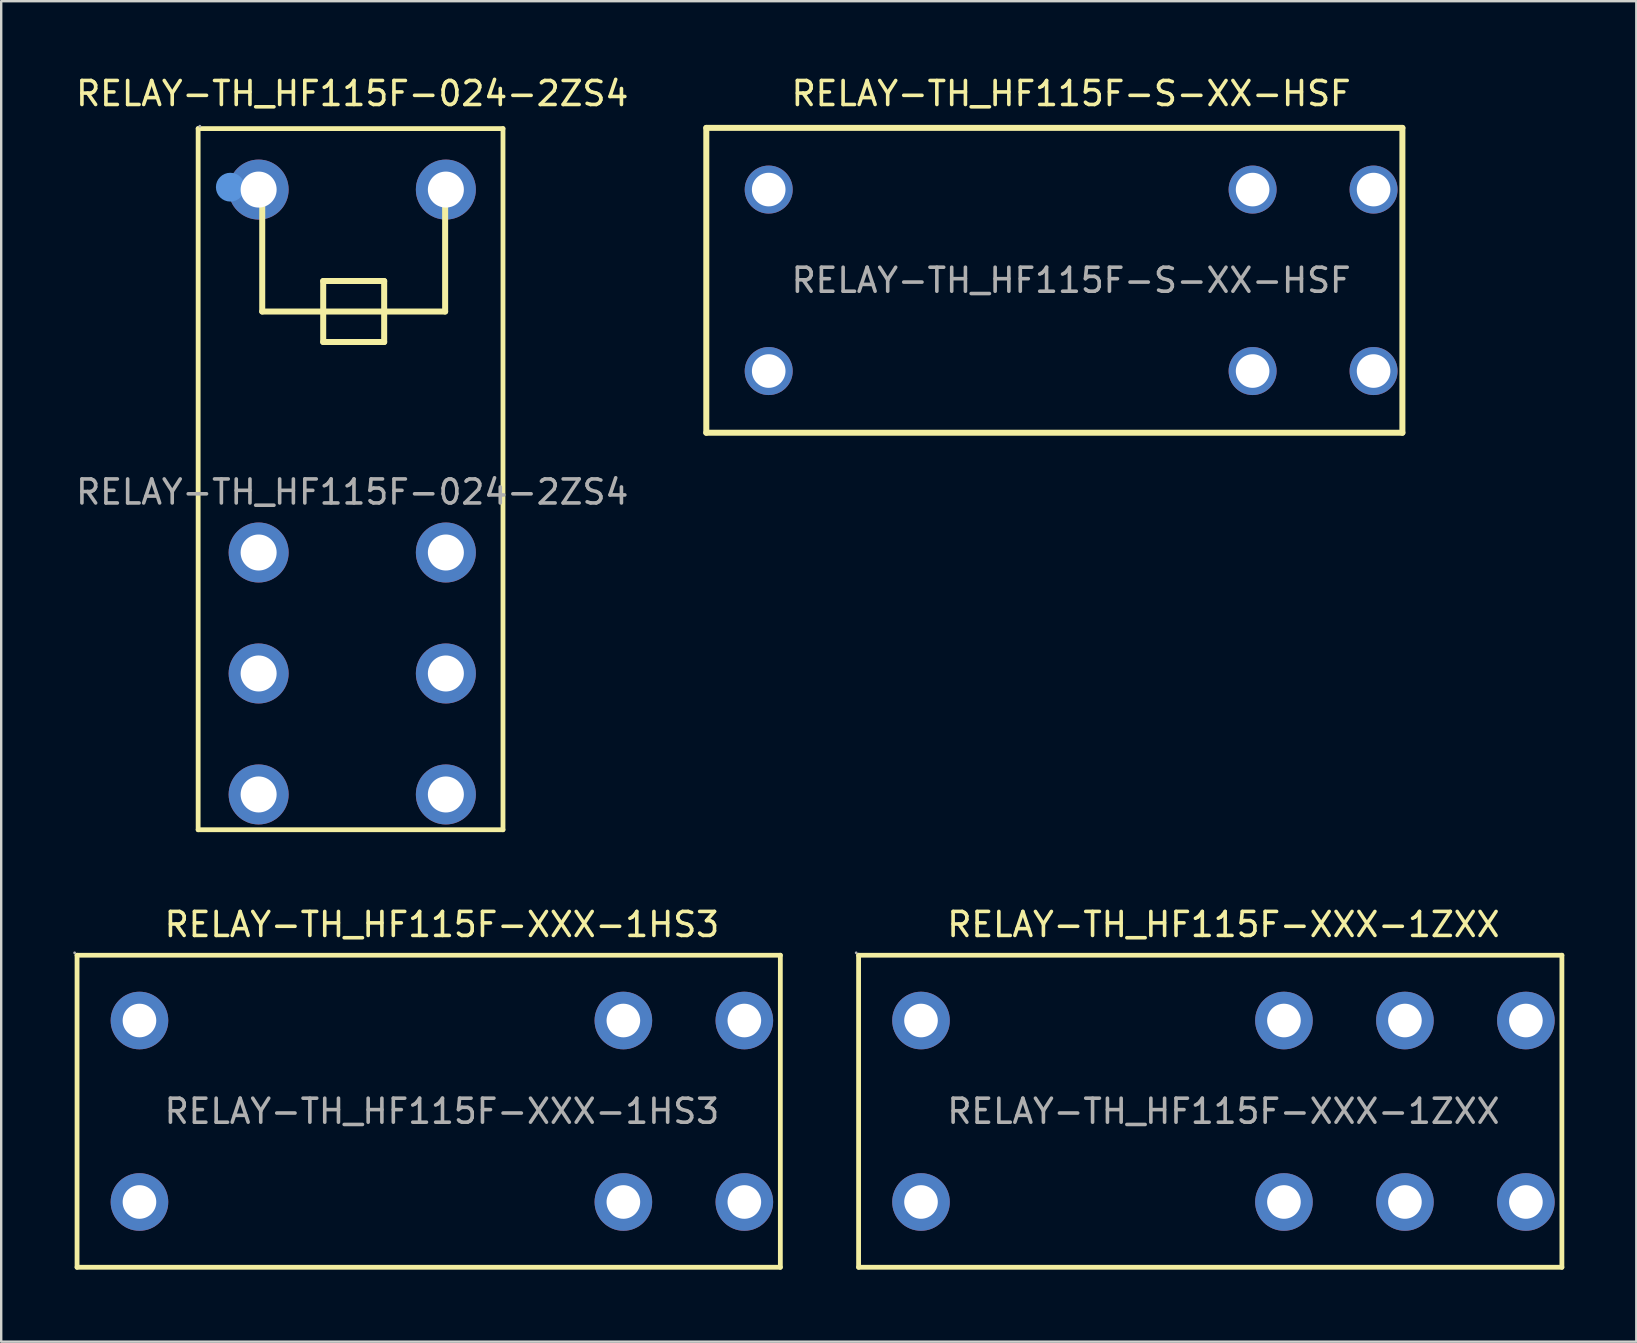
<source format=kicad_pcb>
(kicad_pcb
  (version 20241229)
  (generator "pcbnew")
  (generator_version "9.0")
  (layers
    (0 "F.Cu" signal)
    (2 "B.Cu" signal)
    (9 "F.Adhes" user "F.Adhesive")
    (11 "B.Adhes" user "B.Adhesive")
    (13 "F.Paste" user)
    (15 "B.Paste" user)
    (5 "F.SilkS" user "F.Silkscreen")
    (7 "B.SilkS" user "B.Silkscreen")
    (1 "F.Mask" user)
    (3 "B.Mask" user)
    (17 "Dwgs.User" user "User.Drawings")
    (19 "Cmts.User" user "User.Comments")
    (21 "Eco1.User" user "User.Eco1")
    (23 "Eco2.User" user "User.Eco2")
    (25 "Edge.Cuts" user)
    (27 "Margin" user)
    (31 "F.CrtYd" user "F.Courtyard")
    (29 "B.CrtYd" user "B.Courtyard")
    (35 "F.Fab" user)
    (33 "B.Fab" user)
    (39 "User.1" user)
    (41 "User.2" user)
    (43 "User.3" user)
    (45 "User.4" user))
  (footprint "RELAY-TH_HF115F-S-XX-HSF"
    (layer "F.Cu")
    (at 41.575 8.628)
    (property "Reference" "RELAY-TH_HF115F-S-XX-HSF" (at 0 -7.78 0) (layer "F.SilkS") (effects (font (size 1 1) (thickness 0.15))))
    (attr through_hole)
    (fp_line (start -15.2 -6.35) (end -15.2 6.35) (stroke (width 0.25) (type solid)) (layer "F.SilkS"))
    (fp_line (start -15.2 -6.35) (end 13.8 -6.35) (stroke (width 0.25) (type solid)) (layer "F.SilkS"))
    (fp_line (start -15.2 6.35) (end 13.8 6.35) (stroke (width 0.25) (type solid)) (layer "F.SilkS"))
    (fp_line (start 13.8 -6.35) (end 13.8 6.35) (stroke (width 0.25) (type solid)) (layer "F.SilkS"))
    (fp_text user "${REFERENCE}" (at 0 0 0) (layer "F.Fab") (effects (font (size 1 1) (thickness 0.15))))
    (pad "1" thru_hole circle (at -12.6 3.78) (size 2 2) (drill 1.4) (layers "*.Cu" "*.Paste" "*.Mask"))
    (pad "2" thru_hole circle (at -12.6 -3.78) (size 2 2) (drill 1.4) (layers "*.Cu" "*.Paste" "*.Mask"))
    (pad "5" thru_hole circle (at 7.56 3.78) (size 2 2) (drill 1.4) (layers "*.Cu" "*.Paste" "*.Mask"))
    (pad "6" thru_hole circle (at 7.56 -3.78) (size 2 2) (drill 1.4) (layers "*.Cu" "*.Paste" "*.Mask"))
    (pad "7" thru_hole circle (at 12.6 3.78) (size 2 2) (drill 1.4) (layers "*.Cu" "*.Paste" "*.Mask"))
    (pad "8" thru_hole circle (at 12.6 -3.78) (size 2 2) (drill 1.4) (layers "*.Cu" "*.Paste" "*.Mask")))
  (footprint "RELAY-TH_HF115F-XXX-1ZXX"
    (layer "F.Cu")
    (at 47.92 43.246)
    (property "Reference" "RELAY-TH_HF115F-XXX-1ZXX" (at 0 -7.78 0) (layer "F.SilkS") (effects (font (size 1 1) (thickness 0.15))))
    (attr through_hole)
    (fp_line (start -15.2 -6.5) (end 14.1 -6.5) (stroke (width 0.2) (type solid)) (layer "F.SilkS"))
    (fp_line (start -15.2 6.5) (end -15.2 -6.5) (stroke (width 0.2) (type solid)) (layer "F.SilkS"))
    (fp_line (start -15.2 6.5) (end 14.1 6.5) (stroke (width 0.2) (type solid)) (layer "F.SilkS"))
    (fp_line (start 14.1 6.5) (end 14.1 -6.5) (stroke (width 0.2) (type solid)) (layer "F.SilkS"))
    (fp_circle (center -15.3 -6.6) (end -15.27 -6.6) (stroke (width 0.06) (type solid)) (fill no) (layer "F.Fab"))
    (fp_circle (center -12.6 -3.78) (end -12.3 -3.78) (stroke (width 0.6) (type solid)) (fill no) (layer "F.Fab"))
    (fp_circle (center -12.6 3.78) (end -12.3 3.78) (stroke (width 0.6) (type solid)) (fill no) (layer "F.Fab"))
    (fp_circle (center 2.52 -3.78) (end 2.82 -3.78) (stroke (width 0.6) (type solid)) (fill no) (layer "F.Fab"))
    (fp_circle (center 2.52 3.78) (end 2.82 3.78) (stroke (width 0.6) (type solid)) (fill no) (layer "F.Fab"))
    (fp_circle (center 7.56 -3.78) (end 7.86 -3.78) (stroke (width 0.6) (type solid)) (fill no) (layer "F.Fab"))
    (fp_circle (center 7.56 3.78) (end 7.86 3.78) (stroke (width 0.6) (type solid)) (fill no) (layer "F.Fab"))
    (fp_circle (center 12.6 -3.78) (end 12.9 -3.78) (stroke (width 0.6) (type solid)) (fill no) (layer "F.Fab"))
    (fp_circle (center 12.6 3.78) (end 12.9 3.78) (stroke (width 0.6) (type solid)) (fill no) (layer "F.Fab"))
    (fp_text user "${REFERENCE}" (at 0 0 0) (layer "F.Fab") (effects (font (size 1 1) (thickness 0.15))))
    (pad "1" thru_hole circle (at -12.6 -3.78) (size 2.4 2.4) (drill 1.4) (layers "*.Cu" "*.Paste" "*.Mask"))
    (pad "2" thru_hole circle (at -12.6 3.78) (size 2.4 2.4) (drill 1.4) (layers "*.Cu" "*.Paste" "*.Mask"))
    (pad "3" thru_hole circle (at 2.52 -3.78) (size 2.4 2.4) (drill 1.4) (layers "*.Cu" "*.Paste" "*.Mask"))
    (pad "4" thru_hole circle (at 2.52 3.78) (size 2.4 2.4) (drill 1.4) (layers "*.Cu" "*.Paste" "*.Mask"))
    (pad "5" thru_hole circle (at 7.56 -3.78) (size 2.4 2.4) (drill 1.4) (layers "*.Cu" "*.Paste" "*.Mask"))
    (pad "6" thru_hole circle (at 7.56 3.78) (size 2.4 2.4) (drill 1.4) (layers "*.Cu" "*.Paste" "*.Mask"))
    (pad "7" thru_hole circle (at 12.6 -3.78) (size 2.4 2.4) (drill 1.4) (layers "*.Cu" "*.Paste" "*.Mask"))
    (pad "8" thru_hole circle (at 12.6 3.78) (size 2.4 2.4) (drill 1.4) (layers "*.Cu" "*.Paste" "*.Mask")))
  (footprint "RELAY-TH_HF115F-024-2ZS4"
    (layer "F.Cu")
    (at 11.625 17.448)
    (property "Reference" "RELAY-TH_HF115F-024-2ZS4" (at 0 -16.6 0) (layer "F.SilkS") (effects (font (size 1 1) (thickness 0.15))))
    (attr through_hole)
    (fp_line (start -6.42 -15.14) (end -6.42 14.07) (stroke (width 0.2) (type solid)) (layer "F.SilkS"))
    (fp_line (start -6.42 14.07) (end 6.28 14.07) (stroke (width 0.2) (type solid)) (layer "F.SilkS"))
    (fp_line (start -3.75 -12.6) (end -3.75 -7.52) (stroke (width 0.25) (type solid)) (layer "F.SilkS"))
    (fp_line (start -3.75 -7.52) (end 3.87 -7.52) (stroke (width 0.25) (type solid)) (layer "F.SilkS"))
    (fp_line (start -1.21 -8.79) (end -1.21 -6.25) (stroke (width 0.25) (type solid)) (layer "F.SilkS"))
    (fp_line (start -1.21 -6.25) (end 1.33 -6.25) (stroke (width 0.25) (type solid)) (layer "F.SilkS"))
    (fp_line (start 1.33 -8.79) (end -1.21 -8.79) (stroke (width 0.25) (type solid)) (layer "F.SilkS"))
    (fp_line (start 1.33 -6.25) (end 1.33 -8.79) (stroke (width 0.25) (type solid)) (layer "F.SilkS"))
    (fp_line (start 3.87 -7.52) (end 3.87 -12.6) (stroke (width 0.25) (type solid)) (layer "F.SilkS"))
    (fp_line (start 6.28 -15.14) (end -6.42 -15.14) (stroke (width 0.2) (type solid)) (layer "F.SilkS"))
    (fp_line (start 6.28 14.07) (end 6.28 -15.14) (stroke (width 0.2) (type solid)) (layer "F.SilkS"))
    (fp_circle (center -5.08 -12.7) (end -4.78 -12.7) (stroke (width 0.6) (type solid)) (fill no) (layer "Cmts.User"))
    (fp_circle (center -6.35 -15.24) (end -6.32 -15.24) (stroke (width 0.06) (type solid)) (fill no) (layer "F.Fab"))
    (fp_circle (center -3.9 -12.6) (end -3.57 -12.6) (stroke (width 0.65) (type solid)) (fill no) (layer "F.Fab"))
    (fp_circle (center -3.9 2.52) (end -3.57 2.52) (stroke (width 0.65) (type solid)) (fill no) (layer "F.Fab"))
    (fp_circle (center -3.9 7.56) (end -3.57 7.56) (stroke (width 0.65) (type solid)) (fill no) (layer "F.Fab"))
    (fp_circle (center -3.9 12.6) (end -3.57 12.6) (stroke (width 0.65) (type solid)) (fill no) (layer "F.Fab"))
    (fp_circle (center 3.9 -12.6) (end 4.23 -12.6) (stroke (width 0.65) (type solid)) (fill no) (layer "F.Fab"))
    (fp_circle (center 3.9 2.52) (end 4.23 2.52) (stroke (width 0.65) (type solid)) (fill no) (layer "F.Fab"))
    (fp_circle (center 3.9 7.56) (end 4.23 7.56) (stroke (width 0.65) (type solid)) (fill no) (layer "F.Fab"))
    (fp_circle (center 3.9 12.6) (end 4.23 12.6) (stroke (width 0.65) (type solid)) (fill no) (layer "F.Fab"))
    (fp_text user "${REFERENCE}" (at 0 0 0) (layer "F.Fab") (effects (font (size 1 1) (thickness 0.15))))
    (pad "1" thru_hole circle (at -3.9 -12.6 270) (size 2.5 2.5) (drill 1.5) (layers "*.Cu" "*.Paste" "*.Mask"))
    (pad "2" thru_hole circle (at 3.9 -12.6 270) (size 2.5 2.5) (drill 1.5) (layers "*.Cu" "*.Paste" "*.Mask"))
    (pad "3" thru_hole circle (at -3.9 2.52 270) (size 2.5 2.5) (drill 1.5) (layers "*.Cu" "*.Paste" "*.Mask"))
    (pad "4" thru_hole circle (at 3.9 2.52 270) (size 2.5 2.5) (drill 1.5) (layers "*.Cu" "*.Paste" "*.Mask"))
    (pad "5" thru_hole circle (at -3.9 7.56 270) (size 2.5 2.5) (drill 1.5) (layers "*.Cu" "*.Paste" "*.Mask"))
    (pad "6" thru_hole circle (at 3.9 7.56 270) (size 2.5 2.5) (drill 1.5) (layers "*.Cu" "*.Paste" "*.Mask"))
    (pad "7" thru_hole circle (at -3.9 12.6 270) (size 2.5 2.5) (drill 1.5) (layers "*.Cu" "*.Paste" "*.Mask"))
    (pad "8" thru_hole circle (at 3.9 12.6 270) (size 2.5 2.5) (drill 1.5) (layers "*.Cu" "*.Paste" "*.Mask")))
  (footprint "RELAY-TH_HF115F-XXX-1HS3"
    (layer "F.Cu")
    (at 15.36 43.246)
    (property "Reference" "RELAY-TH_HF115F-XXX-1HS3" (at 0 -7.78 0) (layer "F.SilkS") (effects (font (size 1 1) (thickness 0.15))))
    (attr through_hole)
    (fp_line (start -15.2 -6.5) (end 14.1 -6.5) (stroke (width 0.2) (type solid)) (layer "F.SilkS"))
    (fp_line (start -15.2 6.5) (end -15.2 -6.5) (stroke (width 0.2) (type solid)) (layer "F.SilkS"))
    (fp_line (start -15.2 6.5) (end 14.1 6.5) (stroke (width 0.2) (type solid)) (layer "F.SilkS"))
    (fp_line (start 14.1 6.5) (end 14.1 -6.5) (stroke (width 0.2) (type solid)) (layer "F.SilkS"))
    (fp_circle (center -15.3 -6.6) (end -15.27 -6.6) (stroke (width 0.06) (type solid)) (fill no) (layer "F.Fab"))
    (fp_circle (center -12.6 -3.78) (end -12.3 -3.78) (stroke (width 0.6) (type solid)) (fill no) (layer "F.Fab"))
    (fp_circle (center -12.6 3.78) (end -12.3 3.78) (stroke (width 0.6) (type solid)) (fill no) (layer "F.Fab"))
    (fp_circle (center 7.56 -3.78) (end 7.86 -3.78) (stroke (width 0.6) (type solid)) (fill no) (layer "F.Fab"))
    (fp_circle (center 7.56 3.78) (end 7.86 3.78) (stroke (width 0.6) (type solid)) (fill no) (layer "F.Fab"))
    (fp_circle (center 12.6 -3.78) (end 12.9 -3.78) (stroke (width 0.6) (type solid)) (fill no) (layer "F.Fab"))
    (fp_circle (center 12.6 3.78) (end 12.9 3.78) (stroke (width 0.6) (type solid)) (fill no) (layer "F.Fab"))
    (fp_text user "${REFERENCE}" (at 0 0 0) (layer "F.Fab") (effects (font (size 1 1) (thickness 0.15))))
    (pad "1" thru_hole circle (at -12.6 -3.78) (size 2.4 2.4) (drill 1.4) (layers "*.Cu" "*.Paste" "*.Mask"))
    (pad "2" thru_hole circle (at -12.6 3.78) (size 2.4 2.4) (drill 1.4) (layers "*.Cu" "*.Paste" "*.Mask"))
    (pad "5" thru_hole circle (at 7.56 -3.78) (size 2.4 2.4) (drill 1.4) (layers "*.Cu" "*.Paste" "*.Mask"))
    (pad "6" thru_hole circle (at 7.56 3.78) (size 2.4 2.4) (drill 1.4) (layers "*.Cu" "*.Paste" "*.Mask"))
    (pad "7" thru_hole circle (at 12.6 -3.78) (size 2.4 2.4) (drill 1.4) (layers "*.Cu" "*.Paste" "*.Mask"))
    (pad "8" thru_hole circle (at 12.6 3.78) (size 2.4 2.4) (drill 1.4) (layers "*.Cu" "*.Paste" "*.Mask")))
  (gr_rect
    (start -3 -3)
    (end 65.12 52.846)
    (stroke (width 0.1) (type default))
    (fill no)
    (layer "Edge.Cuts")))
</source>
